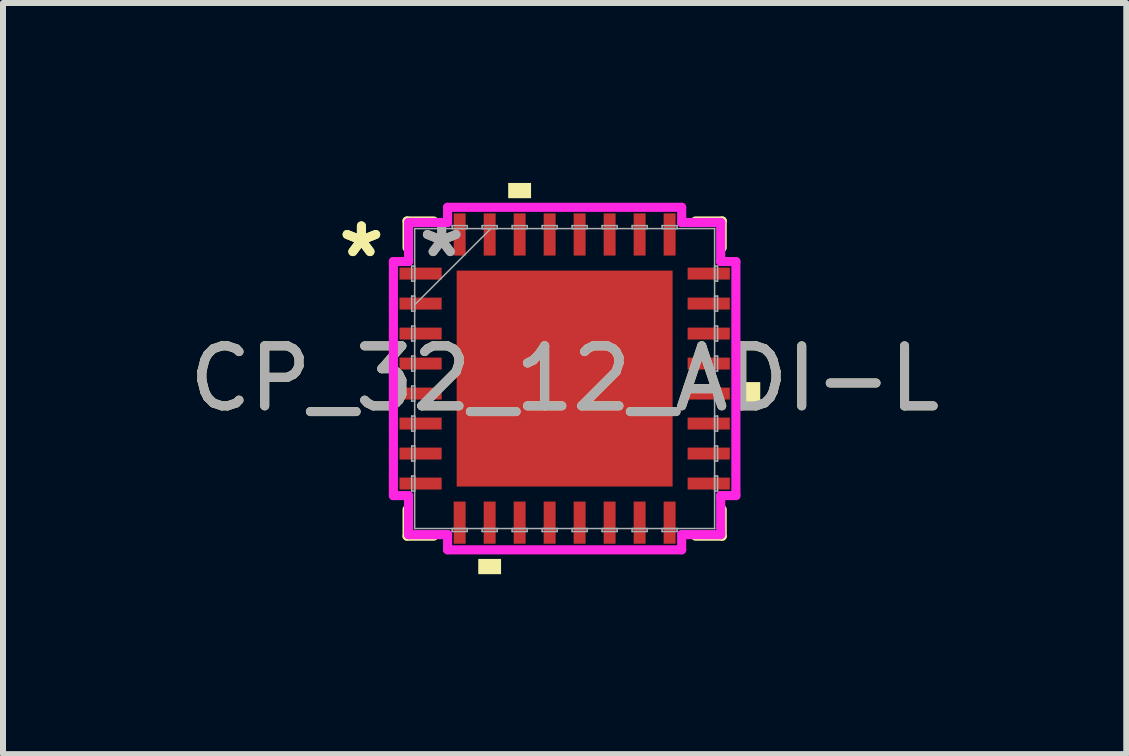
<source format=kicad_pcb>
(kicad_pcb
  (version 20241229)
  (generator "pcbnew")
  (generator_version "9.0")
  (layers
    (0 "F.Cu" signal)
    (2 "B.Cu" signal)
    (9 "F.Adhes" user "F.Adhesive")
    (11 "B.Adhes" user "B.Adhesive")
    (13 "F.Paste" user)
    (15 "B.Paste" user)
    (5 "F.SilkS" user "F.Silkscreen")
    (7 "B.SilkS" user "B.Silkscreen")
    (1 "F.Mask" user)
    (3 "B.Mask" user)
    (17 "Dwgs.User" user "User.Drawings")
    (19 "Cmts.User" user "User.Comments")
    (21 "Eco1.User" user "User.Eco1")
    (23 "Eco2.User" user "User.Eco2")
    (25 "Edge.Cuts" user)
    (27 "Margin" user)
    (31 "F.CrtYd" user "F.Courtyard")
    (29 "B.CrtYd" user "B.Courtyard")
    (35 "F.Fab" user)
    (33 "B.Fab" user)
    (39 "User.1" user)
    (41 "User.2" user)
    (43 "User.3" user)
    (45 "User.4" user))
  (footprint "CP_32_12_ADI-L"
    (layer "F.Cu")
    (at 6.363 3.261)
    (property "Reference" "CP_32_12_ADI-L" (at 0 0 0) (unlocked yes) (layer "F.SilkS") (effects (font (size 1 1) (thickness 0.15))))
    (attr smd)
    (fp_line (start -2.627 -2.627) (end -2.627 -2.182) (stroke (width 0.152) (type solid)) (layer "F.SilkS"))
    (fp_line (start -2.627 2.182) (end -2.627 2.627) (stroke (width 0.152) (type solid)) (layer "F.SilkS"))
    (fp_line (start -2.627 2.627) (end -2.182 2.627) (stroke (width 0.152) (type solid)) (layer "F.SilkS"))
    (fp_line (start -2.182 -2.627) (end -2.627 -2.627) (stroke (width 0.152) (type solid)) (layer "F.SilkS"))
    (fp_line (start 2.182 2.627) (end 2.627 2.627) (stroke (width 0.152) (type solid)) (layer "F.SilkS"))
    (fp_line (start 2.627 -2.627) (end 2.182 -2.627) (stroke (width 0.152) (type solid)) (layer "F.SilkS"))
    (fp_line (start 2.627 -2.182) (end 2.627 -2.627) (stroke (width 0.152) (type solid)) (layer "F.SilkS"))
    (fp_line (start 2.627 2.627) (end 2.627 2.182) (stroke (width 0.152) (type solid)) (layer "F.SilkS"))
    (fp_poly (pts (xy -1.44 3.007) (xy -1.44 3.261) (xy -1.06 3.261) (xy -1.06 3.007)) (stroke (width 0) (type solid)) (fill yes) (layer "F.SilkS"))
    (fp_poly (pts (xy -0.941 -3.007) (xy -0.941 -3.261) (xy -0.56 -3.261) (xy -0.56 -3.007)) (stroke (width 0) (type solid)) (fill yes) (layer "F.SilkS"))
    (fp_poly (pts (xy 3.261 0.059) (xy 3.261 0.441) (xy 3.007 0.441) (xy 3.007 0.059)) (stroke (width 0) (type solid)) (fill yes) (layer "F.SilkS"))
    (fp_poly (pts (xy -1.7 -1.7) (xy -1.7 -0.1) (xy -0.1 -0.1) (xy -0.1 -1.7)) (stroke (width 0) (type solid)) (fill yes) (layer "F.Paste"))
    (fp_poly (pts (xy -1.7 0.1) (xy -1.7 1.7) (xy -0.1 1.7) (xy -0.1 0.1)) (stroke (width 0) (type solid)) (fill yes) (layer "F.Paste"))
    (fp_poly (pts (xy 0.1 -1.7) (xy 0.1 -0.1) (xy 1.7 -0.1) (xy 1.7 -1.7)) (stroke (width 0) (type solid)) (fill yes) (layer "F.Paste"))
    (fp_poly (pts (xy 0.1 0.1) (xy 0.1 1.7) (xy 1.7 1.7) (xy 1.7 0.1)) (stroke (width 0) (type solid)) (fill yes) (layer "F.Paste"))
    (fp_line (start -2.855 -1.951) (end -2.602 -1.951) (stroke (width 0.152) (type solid)) (layer "F.CrtYd"))
    (fp_line (start -2.855 1.951) (end -2.855 -1.951) (stroke (width 0.152) (type solid)) (layer "F.CrtYd"))
    (fp_line (start -2.602 -2.602) (end -1.951 -2.602) (stroke (width 0.152) (type solid)) (layer "F.CrtYd"))
    (fp_line (start -2.602 -1.951) (end -2.602 -2.602) (stroke (width 0.152) (type solid)) (layer "F.CrtYd"))
    (fp_line (start -2.602 1.951) (end -2.855 1.951) (stroke (width 0.152) (type solid)) (layer "F.CrtYd"))
    (fp_line (start -2.602 2.602) (end -2.602 1.951) (stroke (width 0.152) (type solid)) (layer "F.CrtYd"))
    (fp_line (start -1.951 -2.855) (end 1.951 -2.855) (stroke (width 0.152) (type solid)) (layer "F.CrtYd"))
    (fp_line (start -1.951 -2.602) (end -1.951 -2.855) (stroke (width 0.152) (type solid)) (layer "F.CrtYd"))
    (fp_line (start -1.951 2.602) (end -2.602 2.602) (stroke (width 0.152) (type solid)) (layer "F.CrtYd"))
    (fp_line (start -1.951 2.855) (end -1.951 2.602) (stroke (width 0.152) (type solid)) (layer "F.CrtYd"))
    (fp_line (start 1.951 -2.855) (end 1.951 -2.602) (stroke (width 0.152) (type solid)) (layer "F.CrtYd"))
    (fp_line (start 1.951 -2.602) (end 2.602 -2.602) (stroke (width 0.152) (type solid)) (layer "F.CrtYd"))
    (fp_line (start 1.951 2.602) (end 1.951 2.855) (stroke (width 0.152) (type solid)) (layer "F.CrtYd"))
    (fp_line (start 1.951 2.855) (end -1.951 2.855) (stroke (width 0.152) (type solid)) (layer "F.CrtYd"))
    (fp_line (start 2.602 -2.602) (end 2.602 -1.951) (stroke (width 0.152) (type solid)) (layer "F.CrtYd"))
    (fp_line (start 2.602 -1.951) (end 2.855 -1.951) (stroke (width 0.152) (type solid)) (layer "F.CrtYd"))
    (fp_line (start 2.602 1.951) (end 2.602 2.602) (stroke (width 0.152) (type solid)) (layer "F.CrtYd"))
    (fp_line (start 2.602 2.602) (end 1.951 2.602) (stroke (width 0.152) (type solid)) (layer "F.CrtYd"))
    (fp_line (start 2.855 -1.951) (end 2.855 1.951) (stroke (width 0.152) (type solid)) (layer "F.CrtYd"))
    (fp_line (start 2.855 1.951) (end 2.602 1.951) (stroke (width 0.152) (type solid)) (layer "F.CrtYd"))
    (fp_line (start -2.55 -1.875) (end -2.55 -1.625) (stroke (width 0.025) (type solid)) (layer "F.Fab"))
    (fp_line (start -2.55 -1.625) (end -2.5 -1.625) (stroke (width 0.025) (type solid)) (layer "F.Fab"))
    (fp_line (start -2.55 -1.375) (end -2.55 -1.125) (stroke (width 0.025) (type solid)) (layer "F.Fab"))
    (fp_line (start -2.55 -1.125) (end -2.5 -1.125) (stroke (width 0.025) (type solid)) (layer "F.Fab"))
    (fp_line (start -2.55 -0.875) (end -2.55 -0.625) (stroke (width 0.025) (type solid)) (layer "F.Fab"))
    (fp_line (start -2.55 -0.625) (end -2.5 -0.625) (stroke (width 0.025) (type solid)) (layer "F.Fab"))
    (fp_line (start -2.55 -0.375) (end -2.55 -0.125) (stroke (width 0.025) (type solid)) (layer "F.Fab"))
    (fp_line (start -2.55 -0.125) (end -2.5 -0.125) (stroke (width 0.025) (type solid)) (layer "F.Fab"))
    (fp_line (start -2.55 0.125) (end -2.55 0.375) (stroke (width 0.025) (type solid)) (layer "F.Fab"))
    (fp_line (start -2.55 0.375) (end -2.5 0.375) (stroke (width 0.025) (type solid)) (layer "F.Fab"))
    (fp_line (start -2.55 0.625) (end -2.55 0.875) (stroke (width 0.025) (type solid)) (layer "F.Fab"))
    (fp_line (start -2.55 0.875) (end -2.5 0.875) (stroke (width 0.025) (type solid)) (layer "F.Fab"))
    (fp_line (start -2.55 1.125) (end -2.55 1.375) (stroke (width 0.025) (type solid)) (layer "F.Fab"))
    (fp_line (start -2.55 1.375) (end -2.5 1.375) (stroke (width 0.025) (type solid)) (layer "F.Fab"))
    (fp_line (start -2.55 1.625) (end -2.55 1.875) (stroke (width 0.025) (type solid)) (layer "F.Fab"))
    (fp_line (start -2.55 1.875) (end -2.5 1.875) (stroke (width 0.025) (type solid)) (layer "F.Fab"))
    (fp_line (start -2.5 -2.5) (end -2.5 -2.5) (stroke (width 0.025) (type solid)) (layer "F.Fab"))
    (fp_line (start -2.5 -2.5) (end -2.5 2.5) (stroke (width 0.025) (type solid)) (layer "F.Fab"))
    (fp_line (start -2.5 -1.875) (end -2.55 -1.875) (stroke (width 0.025) (type solid)) (layer "F.Fab"))
    (fp_line (start -2.5 -1.625) (end -2.5 -1.875) (stroke (width 0.025) (type solid)) (layer "F.Fab"))
    (fp_line (start -2.5 -1.375) (end -2.55 -1.375) (stroke (width 0.025) (type solid)) (layer "F.Fab"))
    (fp_line (start -2.5 -1.23) (end -1.23 -2.5) (stroke (width 0.025) (type solid)) (layer "F.Fab"))
    (fp_line (start -2.5 -1.125) (end -2.5 -1.375) (stroke (width 0.025) (type solid)) (layer "F.Fab"))
    (fp_line (start -2.5 -0.875) (end -2.55 -0.875) (stroke (width 0.025) (type solid)) (layer "F.Fab"))
    (fp_line (start -2.5 -0.625) (end -2.5 -0.875) (stroke (width 0.025) (type solid)) (layer "F.Fab"))
    (fp_line (start -2.5 -0.375) (end -2.55 -0.375) (stroke (width 0.025) (type solid)) (layer "F.Fab"))
    (fp_line (start -2.5 -0.125) (end -2.5 -0.375) (stroke (width 0.025) (type solid)) (layer "F.Fab"))
    (fp_line (start -2.5 0.125) (end -2.55 0.125) (stroke (width 0.025) (type solid)) (layer "F.Fab"))
    (fp_line (start -2.5 0.375) (end -2.5 0.125) (stroke (width 0.025) (type solid)) (layer "F.Fab"))
    (fp_line (start -2.5 0.625) (end -2.55 0.625) (stroke (width 0.025) (type solid)) (layer "F.Fab"))
    (fp_line (start -2.5 0.875) (end -2.5 0.625) (stroke (width 0.025) (type solid)) (layer "F.Fab"))
    (fp_line (start -2.5 1.125) (end -2.55 1.125) (stroke (width 0.025) (type solid)) (layer "F.Fab"))
    (fp_line (start -2.5 1.375) (end -2.5 1.125) (stroke (width 0.025) (type solid)) (layer "F.Fab"))
    (fp_line (start -2.5 1.625) (end -2.55 1.625) (stroke (width 0.025) (type solid)) (layer "F.Fab"))
    (fp_line (start -2.5 1.875) (end -2.5 1.625) (stroke (width 0.025) (type solid)) (layer "F.Fab"))
    (fp_line (start -2.5 2.5) (end -2.5 2.5) (stroke (width 0.025) (type solid)) (layer "F.Fab"))
    (fp_line (start -2.5 2.5) (end 2.5 2.5) (stroke (width 0.025) (type solid)) (layer "F.Fab"))
    (fp_line (start -1.875 -2.55) (end -1.875 -2.5) (stroke (width 0.025) (type solid)) (layer "F.Fab"))
    (fp_line (start -1.875 -2.5) (end -1.625 -2.5) (stroke (width 0.025) (type solid)) (layer "F.Fab"))
    (fp_line (start -1.875 2.5) (end -1.875 2.55) (stroke (width 0.025) (type solid)) (layer "F.Fab"))
    (fp_line (start -1.875 2.55) (end -1.625 2.55) (stroke (width 0.025) (type solid)) (layer "F.Fab"))
    (fp_line (start -1.625 -2.55) (end -1.875 -2.55) (stroke (width 0.025) (type solid)) (layer "F.Fab"))
    (fp_line (start -1.625 -2.5) (end -1.625 -2.55) (stroke (width 0.025) (type solid)) (layer "F.Fab"))
    (fp_line (start -1.625 2.5) (end -1.875 2.5) (stroke (width 0.025) (type solid)) (layer "F.Fab"))
    (fp_line (start -1.625 2.55) (end -1.625 2.5) (stroke (width 0.025) (type solid)) (layer "F.Fab"))
    (fp_line (start -1.375 -2.55) (end -1.375 -2.5) (stroke (width 0.025) (type solid)) (layer "F.Fab"))
    (fp_line (start -1.375 -2.5) (end -1.125 -2.5) (stroke (width 0.025) (type solid)) (layer "F.Fab"))
    (fp_line (start -1.375 2.5) (end -1.375 2.55) (stroke (width 0.025) (type solid)) (layer "F.Fab"))
    (fp_line (start -1.375 2.55) (end -1.125 2.55) (stroke (width 0.025) (type solid)) (layer "F.Fab"))
    (fp_line (start -1.125 -2.55) (end -1.375 -2.55) (stroke (width 0.025) (type solid)) (layer "F.Fab"))
    (fp_line (start -1.125 -2.5) (end -1.125 -2.55) (stroke (width 0.025) (type solid)) (layer "F.Fab"))
    (fp_line (start -1.125 2.5) (end -1.375 2.5) (stroke (width 0.025) (type solid)) (layer "F.Fab"))
    (fp_line (start -1.125 2.55) (end -1.125 2.5) (stroke (width 0.025) (type solid)) (layer "F.Fab"))
    (fp_line (start -0.875 -2.55) (end -0.875 -2.5) (stroke (width 0.025) (type solid)) (layer "F.Fab"))
    (fp_line (start -0.875 -2.5) (end -0.625 -2.5) (stroke (width 0.025) (type solid)) (layer "F.Fab"))
    (fp_line (start -0.875 2.5) (end -0.875 2.55) (stroke (width 0.025) (type solid)) (layer "F.Fab"))
    (fp_line (start -0.875 2.55) (end -0.625 2.55) (stroke (width 0.025) (type solid)) (layer "F.Fab"))
    (fp_line (start -0.625 -2.55) (end -0.875 -2.55) (stroke (width 0.025) (type solid)) (layer "F.Fab"))
    (fp_line (start -0.625 -2.5) (end -0.625 -2.55) (stroke (width 0.025) (type solid)) (layer "F.Fab"))
    (fp_line (start -0.625 2.5) (end -0.875 2.5) (stroke (width 0.025) (type solid)) (layer "F.Fab"))
    (fp_line (start -0.625 2.55) (end -0.625 2.5) (stroke (width 0.025) (type solid)) (layer "F.Fab"))
    (fp_line (start -0.375 -2.55) (end -0.375 -2.5) (stroke (width 0.025) (type solid)) (layer "F.Fab"))
    (fp_line (start -0.375 -2.5) (end -0.125 -2.5) (stroke (width 0.025) (type solid)) (layer "F.Fab"))
    (fp_line (start -0.375 2.5) (end -0.375 2.55) (stroke (width 0.025) (type solid)) (layer "F.Fab"))
    (fp_line (start -0.375 2.55) (end -0.125 2.55) (stroke (width 0.025) (type solid)) (layer "F.Fab"))
    (fp_line (start -0.125 -2.55) (end -0.375 -2.55) (stroke (width 0.025) (type solid)) (layer "F.Fab"))
    (fp_line (start -0.125 -2.5) (end -0.125 -2.55) (stroke (width 0.025) (type solid)) (layer "F.Fab"))
    (fp_line (start -0.125 2.5) (end -0.375 2.5) (stroke (width 0.025) (type solid)) (layer "F.Fab"))
    (fp_line (start -0.125 2.55) (end -0.125 2.5) (stroke (width 0.025) (type solid)) (layer "F.Fab"))
    (fp_line (start 0.125 -2.55) (end 0.125 -2.5) (stroke (width 0.025) (type solid)) (layer "F.Fab"))
    (fp_line (start 0.125 -2.5) (end 0.375 -2.5) (stroke (width 0.025) (type solid)) (layer "F.Fab"))
    (fp_line (start 0.125 2.5) (end 0.125 2.55) (stroke (width 0.025) (type solid)) (layer "F.Fab"))
    (fp_line (start 0.125 2.55) (end 0.375 2.55) (stroke (width 0.025) (type solid)) (layer "F.Fab"))
    (fp_line (start 0.375 -2.55) (end 0.125 -2.55) (stroke (width 0.025) (type solid)) (layer "F.Fab"))
    (fp_line (start 0.375 -2.5) (end 0.375 -2.55) (stroke (width 0.025) (type solid)) (layer "F.Fab"))
    (fp_line (start 0.375 2.5) (end 0.125 2.5) (stroke (width 0.025) (type solid)) (layer "F.Fab"))
    (fp_line (start 0.375 2.55) (end 0.375 2.5) (stroke (width 0.025) (type solid)) (layer "F.Fab"))
    (fp_line (start 0.625 -2.55) (end 0.625 -2.5) (stroke (width 0.025) (type solid)) (layer "F.Fab"))
    (fp_line (start 0.625 -2.5) (end 0.875 -2.5) (stroke (width 0.025) (type solid)) (layer "F.Fab"))
    (fp_line (start 0.625 2.5) (end 0.625 2.55) (stroke (width 0.025) (type solid)) (layer "F.Fab"))
    (fp_line (start 0.625 2.55) (end 0.875 2.55) (stroke (width 0.025) (type solid)) (layer "F.Fab"))
    (fp_line (start 0.875 -2.55) (end 0.625 -2.55) (stroke (width 0.025) (type solid)) (layer "F.Fab"))
    (fp_line (start 0.875 -2.5) (end 0.875 -2.55) (stroke (width 0.025) (type solid)) (layer "F.Fab"))
    (fp_line (start 0.875 2.5) (end 0.625 2.5) (stroke (width 0.025) (type solid)) (layer "F.Fab"))
    (fp_line (start 0.875 2.55) (end 0.875 2.5) (stroke (width 0.025) (type solid)) (layer "F.Fab"))
    (fp_line (start 1.125 -2.55) (end 1.125 -2.5) (stroke (width 0.025) (type solid)) (layer "F.Fab"))
    (fp_line (start 1.125 -2.5) (end 1.375 -2.5) (stroke (width 0.025) (type solid)) (layer "F.Fab"))
    (fp_line (start 1.125 2.5) (end 1.125 2.55) (stroke (width 0.025) (type solid)) (layer "F.Fab"))
    (fp_line (start 1.125 2.55) (end 1.375 2.55) (stroke (width 0.025) (type solid)) (layer "F.Fab"))
    (fp_line (start 1.375 -2.55) (end 1.125 -2.55) (stroke (width 0.025) (type solid)) (layer "F.Fab"))
    (fp_line (start 1.375 -2.5) (end 1.375 -2.55) (stroke (width 0.025) (type solid)) (layer "F.Fab"))
    (fp_line (start 1.375 2.5) (end 1.125 2.5) (stroke (width 0.025) (type solid)) (layer "F.Fab"))
    (fp_line (start 1.375 2.55) (end 1.375 2.5) (stroke (width 0.025) (type solid)) (layer "F.Fab"))
    (fp_line (start 1.625 -2.55) (end 1.625 -2.5) (stroke (width 0.025) (type solid)) (layer "F.Fab"))
    (fp_line (start 1.625 -2.5) (end 1.875 -2.5) (stroke (width 0.025) (type solid)) (layer "F.Fab"))
    (fp_line (start 1.625 2.5) (end 1.625 2.55) (stroke (width 0.025) (type solid)) (layer "F.Fab"))
    (fp_line (start 1.625 2.55) (end 1.875 2.55) (stroke (width 0.025) (type solid)) (layer "F.Fab"))
    (fp_line (start 1.875 -2.55) (end 1.625 -2.55) (stroke (width 0.025) (type solid)) (layer "F.Fab"))
    (fp_line (start 1.875 -2.5) (end 1.875 -2.55) (stroke (width 0.025) (type solid)) (layer "F.Fab"))
    (fp_line (start 1.875 2.5) (end 1.625 2.5) (stroke (width 0.025) (type solid)) (layer "F.Fab"))
    (fp_line (start 1.875 2.55) (end 1.875 2.5) (stroke (width 0.025) (type solid)) (layer "F.Fab"))
    (fp_line (start 2.5 -2.5) (end -2.5 -2.5) (stroke (width 0.025) (type solid)) (layer "F.Fab"))
    (fp_line (start 2.5 -2.5) (end 2.5 -2.5) (stroke (width 0.025) (type solid)) (layer "F.Fab"))
    (fp_line (start 2.5 -1.875) (end 2.5 -1.625) (stroke (width 0.025) (type solid)) (layer "F.Fab"))
    (fp_line (start 2.5 -1.625) (end 2.55 -1.625) (stroke (width 0.025) (type solid)) (layer "F.Fab"))
    (fp_line (start 2.5 -1.375) (end 2.5 -1.125) (stroke (width 0.025) (type solid)) (layer "F.Fab"))
    (fp_line (start 2.5 -1.125) (end 2.55 -1.125) (stroke (width 0.025) (type solid)) (layer "F.Fab"))
    (fp_line (start 2.5 -0.875) (end 2.5 -0.625) (stroke (width 0.025) (type solid)) (layer "F.Fab"))
    (fp_line (start 2.5 -0.625) (end 2.55 -0.625) (stroke (width 0.025) (type solid)) (layer "F.Fab"))
    (fp_line (start 2.5 -0.375) (end 2.5 -0.125) (stroke (width 0.025) (type solid)) (layer "F.Fab"))
    (fp_line (start 2.5 -0.125) (end 2.55 -0.125) (stroke (width 0.025) (type solid)) (layer "F.Fab"))
    (fp_line (start 2.5 0.125) (end 2.5 0.375) (stroke (width 0.025) (type solid)) (layer "F.Fab"))
    (fp_line (start 2.5 0.375) (end 2.55 0.375) (stroke (width 0.025) (type solid)) (layer "F.Fab"))
    (fp_line (start 2.5 0.625) (end 2.5 0.875) (stroke (width 0.025) (type solid)) (layer "F.Fab"))
    (fp_line (start 2.5 0.875) (end 2.55 0.875) (stroke (width 0.025) (type solid)) (layer "F.Fab"))
    (fp_line (start 2.5 1.125) (end 2.5 1.375) (stroke (width 0.025) (type solid)) (layer "F.Fab"))
    (fp_line (start 2.5 1.375) (end 2.55 1.375) (stroke (width 0.025) (type solid)) (layer "F.Fab"))
    (fp_line (start 2.5 1.625) (end 2.5 1.875) (stroke (width 0.025) (type solid)) (layer "F.Fab"))
    (fp_line (start 2.5 1.875) (end 2.55 1.875) (stroke (width 0.025) (type solid)) (layer "F.Fab"))
    (fp_line (start 2.5 2.5) (end 2.5 -2.5) (stroke (width 0.025) (type solid)) (layer "F.Fab"))
    (fp_line (start 2.5 2.5) (end 2.5 2.5) (stroke (width 0.025) (type solid)) (layer "F.Fab"))
    (fp_line (start 2.55 -1.875) (end 2.5 -1.875) (stroke (width 0.025) (type solid)) (layer "F.Fab"))
    (fp_line (start 2.55 -1.625) (end 2.55 -1.875) (stroke (width 0.025) (type solid)) (layer "F.Fab"))
    (fp_line (start 2.55 -1.375) (end 2.5 -1.375) (stroke (width 0.025) (type solid)) (layer "F.Fab"))
    (fp_line (start 2.55 -1.125) (end 2.55 -1.375) (stroke (width 0.025) (type solid)) (layer "F.Fab"))
    (fp_line (start 2.55 -0.875) (end 2.5 -0.875) (stroke (width 0.025) (type solid)) (layer "F.Fab"))
    (fp_line (start 2.55 -0.625) (end 2.55 -0.875) (stroke (width 0.025) (type solid)) (layer "F.Fab"))
    (fp_line (start 2.55 -0.375) (end 2.5 -0.375) (stroke (width 0.025) (type solid)) (layer "F.Fab"))
    (fp_line (start 2.55 -0.125) (end 2.55 -0.375) (stroke (width 0.025) (type solid)) (layer "F.Fab"))
    (fp_line (start 2.55 0.125) (end 2.5 0.125) (stroke (width 0.025) (type solid)) (layer "F.Fab"))
    (fp_line (start 2.55 0.375) (end 2.55 0.125) (stroke (width 0.025) (type solid)) (layer "F.Fab"))
    (fp_line (start 2.55 0.625) (end 2.5 0.625) (stroke (width 0.025) (type solid)) (layer "F.Fab"))
    (fp_line (start 2.55 0.875) (end 2.55 0.625) (stroke (width 0.025) (type solid)) (layer "F.Fab"))
    (fp_line (start 2.55 1.125) (end 2.5 1.125) (stroke (width 0.025) (type solid)) (layer "F.Fab"))
    (fp_line (start 2.55 1.375) (end 2.55 1.125) (stroke (width 0.025) (type solid)) (layer "F.Fab"))
    (fp_line (start 2.55 1.625) (end 2.5 1.625) (stroke (width 0.025) (type solid)) (layer "F.Fab"))
    (fp_line (start 2.55 1.875) (end 2.55 1.625) (stroke (width 0.025) (type solid)) (layer "F.Fab"))
    (fp_text user "*" (at -3.388 -2 0) (unlocked yes) (layer "F.SilkS") (effects (font (size 1 1) (thickness 0.15))))
    (fp_text user "*" (at -3.388 -2 0) (layer "F.SilkS") (effects (font (size 1 1) (thickness 0.15))))
    (fp_text user "*" (at -2.05 -2 0) (layer "F.Fab") (effects (font (size 1 1) (thickness 0.15))))
    (fp_text user "*" (at -2.05 -2 0) (unlocked yes) (layer "F.Fab") (effects (font (size 1 1) (thickness 0.15))))
    (fp_text user "${REFERENCE}" (at 0 0 0) (unlocked yes) (layer "F.Fab") (effects (font (size 1 1) (thickness 0.15))))
    (pad "1" smd rect (at -2.402 -1.75 90) (size 0.199 0.703) (layers "F.Cu" "F.Mask" "F.Paste"))
    (pad "2" smd rect (at -2.402 -1.25 90) (size 0.199 0.703) (layers "F.Cu" "F.Mask" "F.Paste"))
    (pad "3" smd rect (at -2.402 -0.75 90) (size 0.199 0.703) (layers "F.Cu" "F.Mask" "F.Paste"))
    (pad "4" smd rect (at -2.402 -0.25 90) (size 0.199 0.703) (layers "F.Cu" "F.Mask" "F.Paste"))
    (pad "5" smd rect (at -2.402 0.25 90) (size 0.199 0.703) (layers "F.Cu" "F.Mask" "F.Paste"))
    (pad "6" smd rect (at -2.402 0.75 90) (size 0.199 0.703) (layers "F.Cu" "F.Mask" "F.Paste"))
    (pad "7" smd rect (at -2.402 1.25 90) (size 0.199 0.703) (layers "F.Cu" "F.Mask" "F.Paste"))
    (pad "8" smd rect (at -2.402 1.75 90) (size 0.199 0.703) (layers "F.Cu" "F.Mask" "F.Paste"))
    (pad "9" smd rect (at -1.75 2.402) (size 0.199 0.703) (layers "F.Cu" "F.Mask" "F.Paste"))
    (pad "10" smd rect (at -1.25 2.402) (size 0.199 0.703) (layers "F.Cu" "F.Mask" "F.Paste"))
    (pad "11" smd rect (at -0.75 2.402) (size 0.199 0.703) (layers "F.Cu" "F.Mask" "F.Paste"))
    (pad "12" smd rect (at -0.25 2.402) (size 0.199 0.703) (layers "F.Cu" "F.Mask" "F.Paste"))
    (pad "13" smd rect (at 0.25 2.402) (size 0.199 0.703) (layers "F.Cu" "F.Mask" "F.Paste"))
    (pad "14" smd rect (at 0.75 2.402) (size 0.199 0.703) (layers "F.Cu" "F.Mask" "F.Paste"))
    (pad "15" smd rect (at 1.25 2.402) (size 0.199 0.703) (layers "F.Cu" "F.Mask" "F.Paste"))
    (pad "16" smd rect (at 1.75 2.402) (size 0.199 0.703) (layers "F.Cu" "F.Mask" "F.Paste"))
    (pad "17" smd rect (at 2.402 1.75 90) (size 0.199 0.703) (layers "F.Cu" "F.Mask" "F.Paste"))
    (pad "18" smd rect (at 2.402 1.25 90) (size 0.199 0.703) (layers "F.Cu" "F.Mask" "F.Paste"))
    (pad "19" smd rect (at 2.402 0.75 90) (size 0.199 0.703) (layers "F.Cu" "F.Mask" "F.Paste"))
    (pad "20" smd rect (at 2.402 0.25 90) (size 0.199 0.703) (layers "F.Cu" "F.Mask" "F.Paste"))
    (pad "21" smd rect (at 2.402 -0.25 90) (size 0.199 0.703) (layers "F.Cu" "F.Mask" "F.Paste"))
    (pad "22" smd rect (at 2.402 -0.75 90) (size 0.199 0.703) (layers "F.Cu" "F.Mask" "F.Paste"))
    (pad "23" smd rect (at 2.402 -1.25 90) (size 0.199 0.703) (layers "F.Cu" "F.Mask" "F.Paste"))
    (pad "24" smd rect (at 2.402 -1.75 90) (size 0.199 0.703) (layers "F.Cu" "F.Mask" "F.Paste"))
    (pad "25" smd rect (at 1.75 -2.402) (size 0.199 0.703) (layers "F.Cu" "F.Mask" "F.Paste"))
    (pad "26" smd rect (at 1.25 -2.402) (size 0.199 0.703) (layers "F.Cu" "F.Mask" "F.Paste"))
    (pad "27" smd rect (at 0.75 -2.402) (size 0.199 0.703) (layers "F.Cu" "F.Mask" "F.Paste"))
    (pad "28" smd rect (at 0.25 -2.402) (size 0.199 0.703) (layers "F.Cu" "F.Mask" "F.Paste"))
    (pad "29" smd rect (at -0.25 -2.402) (size 0.199 0.703) (layers "F.Cu" "F.Mask" "F.Paste"))
    (pad "30" smd rect (at -0.75 -2.402) (size 0.199 0.703) (layers "F.Cu" "F.Mask" "F.Paste"))
    (pad "31" smd rect (at -1.25 -2.402) (size 0.199 0.703) (layers "F.Cu" "F.Mask" "F.Paste"))
    (pad "32" smd rect (at -1.75 -2.402) (size 0.199 0.703) (layers "F.Cu" "F.Mask" "F.Paste"))
    (pad "33" smd rect (at 0 0) (size 3.6 3.6) (layers "F.Cu" "F.Mask" "F.Paste")))
  (gr_rect
    (start -3 -3)
    (end 15.726 9.522)
    (stroke (width 0.1) (type default))
    (fill no)
    (layer "Edge.Cuts")))
</source>
